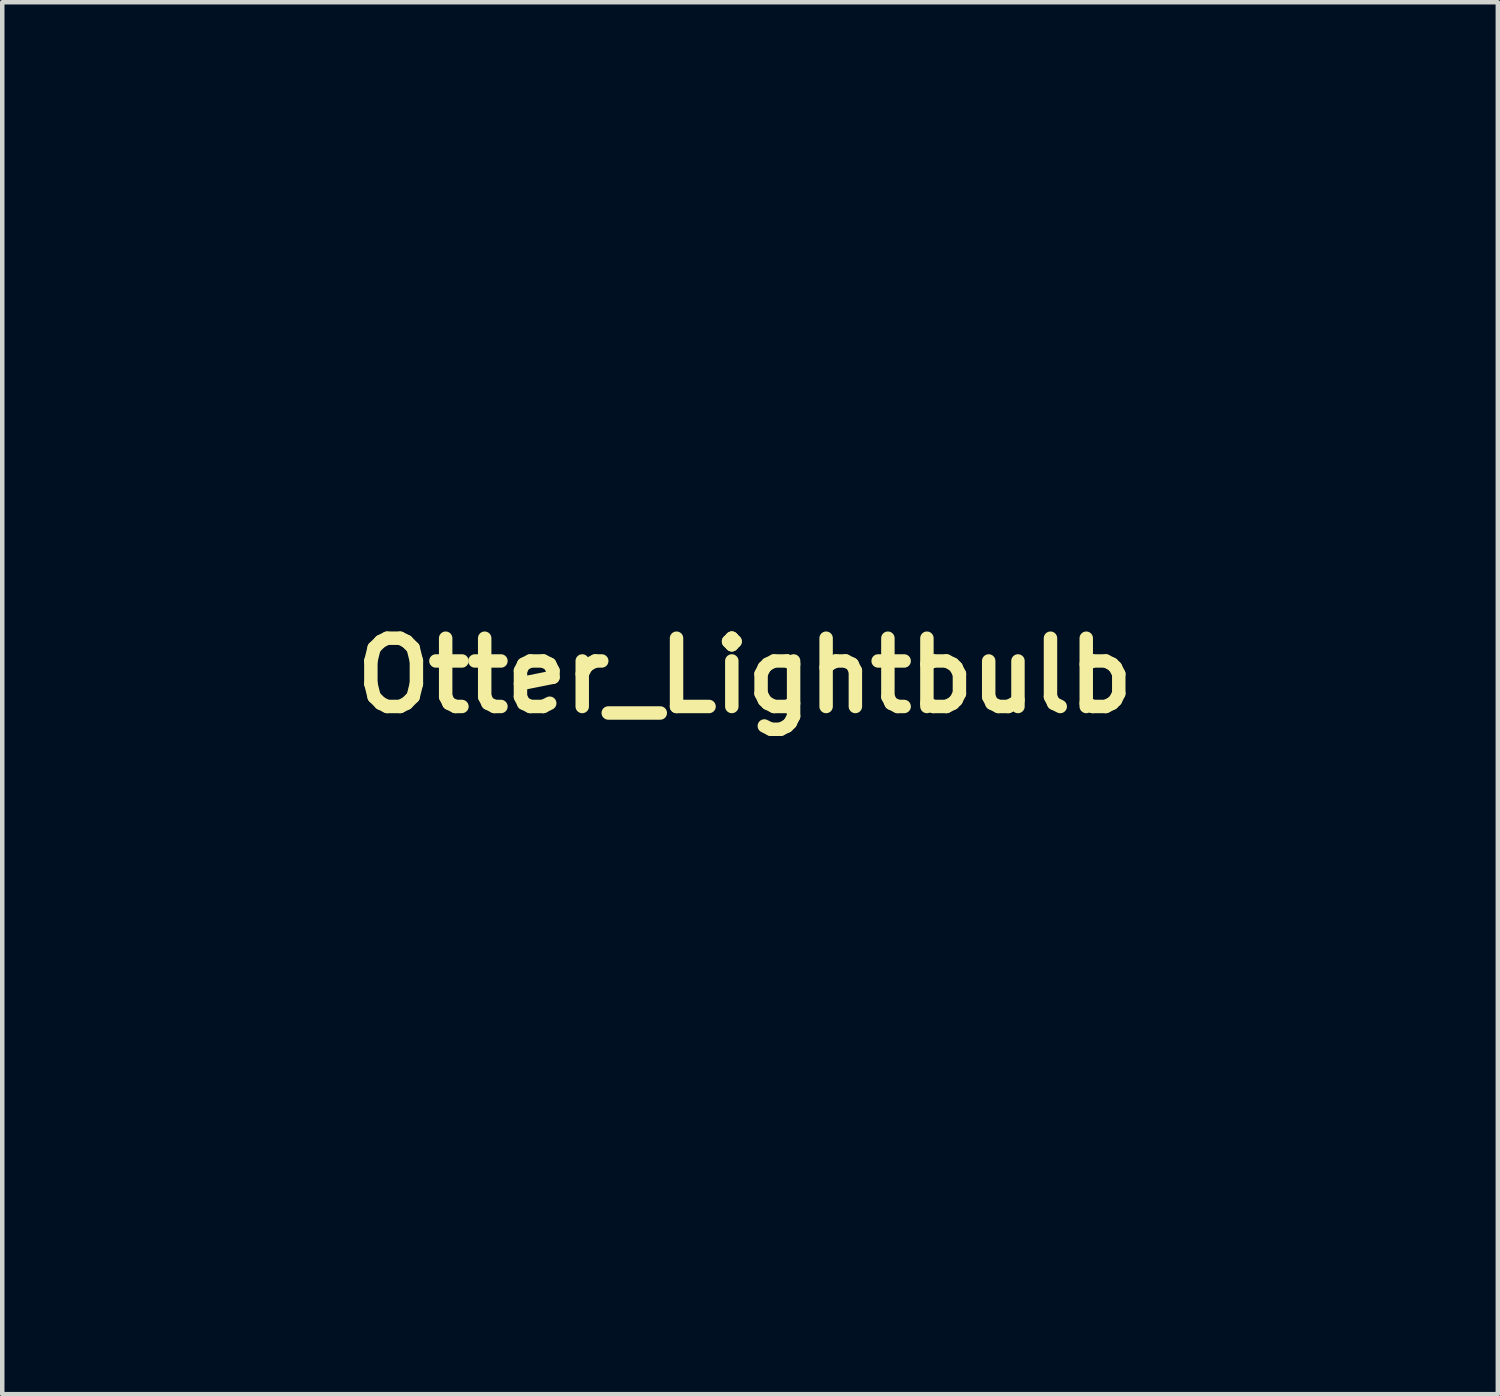
<source format=kicad_pcb>
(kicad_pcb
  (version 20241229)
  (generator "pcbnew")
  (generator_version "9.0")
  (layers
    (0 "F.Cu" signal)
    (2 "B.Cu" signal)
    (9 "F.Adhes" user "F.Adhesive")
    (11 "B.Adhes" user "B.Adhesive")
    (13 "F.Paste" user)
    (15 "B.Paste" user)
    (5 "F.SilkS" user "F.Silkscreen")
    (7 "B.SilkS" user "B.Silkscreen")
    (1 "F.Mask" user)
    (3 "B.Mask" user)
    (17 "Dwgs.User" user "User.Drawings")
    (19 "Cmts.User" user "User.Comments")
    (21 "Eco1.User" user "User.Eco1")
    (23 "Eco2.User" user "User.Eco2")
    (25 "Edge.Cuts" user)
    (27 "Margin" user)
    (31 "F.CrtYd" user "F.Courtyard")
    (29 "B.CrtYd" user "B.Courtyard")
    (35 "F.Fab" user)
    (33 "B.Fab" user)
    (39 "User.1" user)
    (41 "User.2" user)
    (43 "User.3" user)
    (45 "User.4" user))
  (footprint "Otter_Lightbulb"
    (layer "F.Cu")
    (at 13.573 12.028)
    (property "Reference" "Otter_Lightbulb" (at 0 0 0) (layer "F.SilkS") (effects (font (size 1.524 1.524) (thickness 0.3))))
    (attr through_hole)
    (fp_poly (pts (xy -7.03 5.08) (xy -7.027 5.147) (xy -7.05 5.272) (xy -7.11 5.356) (xy -7.167 5.376) (xy -7.186 5.341) (xy -7.177 5.26) (xy -7.134 5.15) (xy -7.088 5.082) (xy -7.046 5.049) (xy -7.03 5.08)) (stroke (width 0.01) (type solid)) (fill no) (layer "Eco2.User"))
    (fp_poly (pts (xy -6.71 4.914) (xy -6.708 5.058) (xy -6.76 5.195) (xy -6.853 5.289) (xy -6.855 5.29) (xy -6.912 5.314) (xy -6.928 5.288) (xy -6.915 5.197) (xy -6.873 5.058) (xy -6.813 4.934) (xy -6.737 4.809) (xy -6.71 4.914)) (stroke (width 0.01) (type solid)) (fill no) (layer "Eco2.User"))
    (fp_poly (pts (xy -7.784 6.897) (xy -7.77 6.937) (xy -7.769 7.045) (xy -7.815 7.159) (xy -7.889 7.248) (xy -7.967 7.281) (xy -7.975 7.246) (xy -7.956 7.161) (xy -7.95 7.144) (xy -7.901 7.024) (xy -7.85 6.928) (xy -7.808 6.875) (xy -7.784 6.897)) (stroke (width 0.01) (type solid)) (fill no) (layer "Eco2.User"))
    (fp_poly (pts (xy 0.118 8.276) (xy 0.192 8.334) (xy 0.203 8.367) (xy 0.198 8.433) (xy 0.142 8.453) (xy 0.1 8.452) (xy -0.022 8.421) (xy -0.103 8.375) (xy -0.16 8.321) (xy -0.152 8.291) (xy -0.12 8.276) (xy 0.005 8.254) (xy 0.118 8.276)) (stroke (width 0.01) (type solid)) (fill no) (layer "Eco2.User"))
    (fp_poly (pts (xy -7.282 6.695) (xy -7.281 6.806) (xy -7.312 6.929) (xy -7.371 7.034) (xy -7.385 7.05) (xy -7.483 7.132) (xy -7.546 7.15) (xy -7.565 7.105) (xy -7.555 7.059) (xy -7.508 6.926) (xy -7.449 6.796) (xy -7.389 6.692) (xy -7.339 6.632) (xy -7.32 6.628) (xy -7.282 6.695)) (stroke (width 0.01) (type solid)) (fill no) (layer "Eco2.User"))
    (fp_poly (pts (xy 0.024 7.814) (xy 0.138 7.876) (xy 0.224 7.955) (xy 0.254 8.025) (xy 0.247 8.067) (xy 0.213 8.078) (xy 0.13 8.06) (xy 0.07 8.042) (xy -0.045 7.991) (xy -0.146 7.92) (xy -0.205 7.849) (xy -0.212 7.825) (xy -0.175 7.8) (xy -0.09 7.789) (xy 0.024 7.814)) (stroke (width 0.01) (type solid)) (fill no) (layer "Eco2.User"))
    (fp_poly (pts (xy 0.03 8.617) (xy 0.076 8.644) (xy 0.113 8.71) (xy 0.127 8.786) (xy 0.113 8.838) (xy 0.095 8.843) (xy 0.031 8.83) (xy -0.021 8.817) (xy -0.117 8.776) (xy -0.196 8.713) (xy -0.233 8.652) (xy -0.229 8.63) (xy -0.169 8.6) (xy -0.069 8.596) (xy 0.03 8.617)) (stroke (width 0.01) (type solid)) (fill no) (layer "Eco2.User"))
    (fp_poly (pts (xy -6.816 6.375) (xy -6.79 6.448) (xy -6.788 6.56) (xy -6.81 6.689) (xy -6.851 6.815) (xy -6.908 6.918) (xy -6.953 6.962) (xy -7.061 7.022) (xy -7.121 7.014) (xy -7.134 6.936) (xy -7.128 6.89) (xy -7.093 6.762) (xy -7.037 6.619) (xy -6.972 6.488) (xy -6.91 6.393) (xy -6.87 6.359) (xy -6.816 6.375)) (stroke (width 0.01) (type solid)) (fill no) (layer "Eco2.User"))
    (fp_poly (pts (xy -7.412 1.557) (xy -7.386 1.768) (xy -7.324 2.01) (xy -7.235 2.251) (xy -7.13 2.457) (xy -7.067 2.55) (xy -6.987 2.656) (xy -6.965 2.7) (xy -7.002 2.684) (xy -7.097 2.607) (xy -7.161 2.551) (xy -7.337 2.347) (xy -7.46 2.114) (xy -7.524 1.869) (xy -7.524 1.632) (xy -7.473 1.46) (xy -7.415 1.333) (xy -7.412 1.557)) (stroke (width 0.01) (type solid)) (fill no) (layer "Eco2.User"))
    (fp_poly (pts (xy -3.802 1.696) (xy -3.76 1.711) (xy -3.61 1.794) (xy -3.528 1.897) (xy -3.499 2.039) (xy -3.499 2.041) (xy -3.499 2.125) (xy -3.524 2.166) (xy -3.597 2.18) (xy -3.691 2.182) (xy -3.832 2.176) (xy -3.949 2.159) (xy -3.979 2.151) (xy -4.052 2.09) (xy -4.123 1.98) (xy -4.176 1.853) (xy -4.191 1.763) (xy -4.154 1.709) (xy -4.06 1.678) (xy -3.934 1.673) (xy -3.802 1.696)) (stroke (width 0.01) (type solid)) (fill no) (layer "Eco2.User"))
    (fp_poly (pts (xy -6.602 6.193) (xy -6.47 6.234) (xy -6.318 6.291) (xy -6.165 6.358) (xy -6.115 6.383) (xy -5.9 6.528) (xy -5.75 6.716) (xy -5.695 6.827) (xy -5.657 6.935) (xy -5.665 6.977) (xy -5.724 6.955) (xy -5.821 6.884) (xy -5.939 6.804) (xy -6.087 6.72) (xy -6.144 6.692) (xy -6.26 6.624) (xy -6.393 6.529) (xy -6.525 6.42) (xy -6.637 6.315) (xy -6.711 6.228) (xy -6.731 6.184) (xy -6.696 6.174) (xy -6.602 6.193)) (stroke (width 0.01) (type solid)) (fill no) (layer "Eco2.User"))
    (fp_poly (pts (xy -9.012 -8.711) (xy -8.149 -8.7) (xy -8.135 -8.596) (xy -8.132 -8.527) (xy -8.153 -8.474) (xy -8.206 -8.436) (xy -8.303 -8.41) (xy -8.452 -8.394) (xy -8.663 -8.386) (xy -8.946 -8.383) (xy -9.057 -8.383) (xy -9.329 -8.386) (xy -9.564 -8.393) (xy -9.75 -8.403) (xy -9.873 -8.416) (xy -9.917 -8.428) (xy -9.98 -8.506) (xy -9.98 -8.605) (xy -9.932 -8.674) (xy -9.875 -8.692) (xy -9.749 -8.705) (xy -9.552 -8.712) (xy -9.278 -8.713) (xy -9.012 -8.711)) (stroke (width 0.01) (type solid)) (fill no) (layer "Eco2.User"))
    (fp_poly (pts (xy -4.234 -0.347) (xy -4.1 -0.26) (xy -4.002 -0.138) (xy -3.955 -0.000194) (xy -3.968 0.116) (xy -3.995 0.14) (xy -4.035 0.085) (xy -4.038 0.081) (xy -4.133 -0.046) (xy -4.258 -0.131) (xy -4.387 -0.158) (xy -4.42 -0.153) (xy -4.548 -0.078) (xy -4.642 0.074) (xy -4.694 0.259) (xy -4.729 0.445) (xy -4.777 0.325) (xy -4.824 0.124) (xy -4.804 -0.062) (xy -4.725 -0.218) (xy -4.596 -0.329) (xy -4.425 -0.379) (xy -4.386 -0.381) (xy -4.234 -0.347)) (stroke (width 0.01) (type solid)) (fill no) (layer "Eco2.User"))
    (fp_poly (pts (xy -4.188 6.697) (xy -3.86 6.745) (xy -3.543 6.835) (xy -3.255 6.964) (xy -3.069 7.086) (xy -3.024 7.125) (xy -3.022 7.143) (xy -3.073 7.138) (xy -3.185 7.108) (xy -3.368 7.053) (xy -3.408 7.041) (xy -3.668 6.978) (xy -3.968 6.933) (xy -4.284 6.908) (xy -4.596 6.902) (xy -4.879 6.918) (xy -5.113 6.956) (xy -5.186 6.977) (xy -5.44 7.062) (xy -5.292 6.938) (xy -5.08 6.81) (xy -4.815 6.728) (xy -4.512 6.691) (xy -4.188 6.697)) (stroke (width 0.01) (type solid)) (fill no) (layer "Eco2.User"))
    (fp_poly (pts (xy -6.551 0.416) (xy -6.574 0.507) (xy -6.607 0.601) (xy -6.7 0.876) (xy -6.777 1.179) (xy -6.832 1.477) (xy -6.857 1.738) (xy -6.858 1.784) (xy -6.836 2.045) (xy -6.776 2.322) (xy -6.687 2.579) (xy -6.605 2.741) (xy -6.55 2.84) (xy -6.541 2.874) (xy -6.576 2.846) (xy -6.649 2.758) (xy -6.694 2.699) (xy -6.89 2.376) (xy -7.022 2.033) (xy -7.089 1.684) (xy -7.089 1.343) (xy -7.018 1.025) (xy -6.984 0.941) (xy -6.921 0.822) (xy -6.834 0.688) (xy -6.738 0.558) (xy -6.648 0.452) (xy -6.579 0.39) (xy -6.557 0.381) (xy -6.551 0.416)) (stroke (width 0.01) (type solid)) (fill no) (layer "Eco2.User"))
    (fp_poly (pts (xy 0.146 -11.993) (xy 0.204 -11.924) (xy 0.212 -11.871) (xy 0.2 -11.826) (xy 0.161 -11.77) (xy 0.086 -11.695) (xy -0.033 -11.594) (xy -0.205 -11.46) (xy -0.436 -11.285) (xy -0.47 -11.26) (xy -0.683 -11.105) (xy -0.876 -10.969) (xy -1.039 -10.86) (xy -1.159 -10.785) (xy -1.226 -10.753) (xy -1.231 -10.753) (xy -1.311 -10.787) (xy -1.356 -10.84) (xy -1.38 -10.93) (xy -1.347 -10.996) (xy -1.297 -11.04) (xy -1.193 -11.124) (xy -1.048 -11.238) (xy -0.875 -11.37) (xy -0.688 -11.511) (xy -0.5 -11.651) (xy -0.327 -11.778) (xy -0.18 -11.884) (xy -0.076 -11.955) (xy 0.047 -12.006) (xy 0.146 -11.993)) (stroke (width 0.01) (type solid)) (fill no) (layer "Eco2.User"))
    (fp_poly (pts (xy -8.824 -11.999) (xy -8.721 -11.932) (xy -8.575 -11.833) (xy -8.399 -11.71) (xy -8.206 -11.571) (xy -8.007 -11.427) (xy -7.816 -11.286) (xy -7.646 -11.157) (xy -7.507 -11.049) (xy -7.414 -10.972) (xy -7.381 -10.94) (xy -7.35 -10.847) (xy -7.354 -10.793) (xy -7.385 -10.732) (xy -7.441 -10.709) (xy -7.53 -10.726) (xy -7.658 -10.788) (xy -7.832 -10.895) (xy -8.059 -11.053) (xy -8.234 -11.181) (xy -8.503 -11.38) (xy -8.71 -11.536) (xy -8.862 -11.655) (xy -8.966 -11.742) (xy -9.028 -11.803) (xy -9.056 -11.843) (xy -9.059 -11.858) (xy -9.027 -11.919) (xy -8.956 -11.985) (xy -8.883 -12.022) (xy -8.873 -12.023) (xy -8.824 -11.999)) (stroke (width 0.01) (type solid)) (fill no) (layer "Eco2.User"))
    (fp_poly (pts (xy -4.477 -10.736) (xy -4.387 -10.689) (xy -4.36 -10.609) (xy -4.376 -10.521) (xy -4.431 -10.463) (xy -4.542 -10.424) (xy -4.72 -10.398) (xy -5.06 -10.32) (xy -5.375 -10.17) (xy -5.654 -9.957) (xy -5.885 -9.694) (xy -6.059 -9.39) (xy -6.164 -9.056) (xy -6.181 -8.954) (xy -6.221 -8.738) (xy -6.278 -8.604) (xy -6.354 -8.551) (xy -6.448 -8.577) (xy -6.459 -8.584) (xy -6.51 -8.642) (xy -6.532 -8.736) (xy -6.528 -8.883) (xy -6.511 -9.017) (xy -6.412 -9.405) (xy -6.241 -9.76) (xy -6.006 -10.074) (xy -5.715 -10.339) (xy -5.378 -10.545) (xy -5.003 -10.683) (xy -4.864 -10.714) (xy -4.635 -10.744) (xy -4.477 -10.736)) (stroke (width 0.01) (type solid)) (fill no) (layer "Eco2.User"))
    (fp_poly (pts (xy 0.548 -8.72) (xy 0.761 -8.718) (xy 0.913 -8.713) (xy 1.016 -8.705) (xy 1.079 -8.691) (xy 1.116 -8.672) (xy 1.138 -8.645) (xy 1.142 -8.637) (xy 1.162 -8.56) (xy 1.119 -8.485) (xy 1.102 -8.468) (xy 1.066 -8.437) (xy 1.02 -8.415) (xy 0.952 -8.4) (xy 0.848 -8.39) (xy 0.695 -8.385) (xy 0.482 -8.383) (xy 0.243 -8.383) (xy -0.025 -8.386) (xy -0.258 -8.393) (xy -0.441 -8.403) (xy -0.562 -8.417) (xy -0.603 -8.428) (xy -0.668 -8.506) (xy -0.666 -8.607) (xy -0.627 -8.67) (xy -0.576 -8.689) (xy -0.463 -8.704) (xy -0.284 -8.714) (xy -0.031 -8.719) (xy 0.261 -8.721) (xy 0.548 -8.72)) (stroke (width 0.01) (type solid)) (fill no) (layer "Eco2.User"))
    (fp_poly (pts (xy -7.383 -6.456) (xy -7.305 -6.387) (xy -7.281 -6.308) (xy -7.314 -6.249) (xy -7.403 -6.157) (xy -7.533 -6.05) (xy -7.567 -6.024) (xy -7.899 -5.779) (xy -8.169 -5.579) (xy -8.384 -5.422) (xy -8.552 -5.301) (xy -8.678 -5.213) (xy -8.77 -5.154) (xy -8.835 -5.119) (xy -8.879 -5.105) (xy -8.91 -5.107) (xy -8.933 -5.12) (xy -8.957 -5.141) (xy -8.971 -5.153) (xy -9.039 -5.242) (xy -9.036 -5.302) (xy -8.995 -5.348) (xy -8.897 -5.433) (xy -8.755 -5.549) (xy -8.58 -5.686) (xy -8.385 -5.835) (xy -8.182 -5.987) (xy -7.984 -6.132) (xy -7.802 -6.263) (xy -7.65 -6.368) (xy -7.539 -6.439) (xy -7.484 -6.467) (xy -7.383 -6.456)) (stroke (width 0.01) (type solid)) (fill no) (layer "Eco2.User"))
    (fp_poly (pts (xy -1.249 -6.412) (xy -1.193 -6.387) (xy -1.112 -6.337) (xy -0.996 -6.257) (xy -0.836 -6.142) (xy -0.625 -5.986) (xy -0.413 -5.829) (xy -0.181 -5.654) (xy -0.011 -5.521) (xy 0.105 -5.421) (xy 0.175 -5.347) (xy 0.207 -5.292) (xy 0.212 -5.266) (xy 0.18 -5.171) (xy 0.131 -5.125) (xy 0.082 -5.113) (xy 0.015 -5.131) (xy -0.083 -5.185) (xy -0.228 -5.282) (xy -0.303 -5.335) (xy -0.635 -5.575) (xy -0.903 -5.772) (xy -1.111 -5.932) (xy -1.263 -6.059) (xy -1.365 -6.159) (xy -1.422 -6.236) (xy -1.439 -6.296) (xy -1.421 -6.343) (xy -1.372 -6.382) (xy -1.354 -6.392) (xy -1.321 -6.41) (xy -1.289 -6.418) (xy -1.249 -6.412)) (stroke (width 0.01) (type solid)) (fill no) (layer "Eco2.User"))
    (fp_poly (pts (xy -8.859 6.116) (xy -8.639 6.191) (xy -8.46 6.321) (xy -8.332 6.505) (xy -8.269 6.715) (xy -8.244 6.879) (xy -8.371 6.708) (xy -8.536 6.547) (xy -8.734 6.462) (xy -8.961 6.454) (xy -9.212 6.521) (xy -9.412 6.623) (xy -9.559 6.706) (xy -9.697 6.775) (xy -9.775 6.808) (xy -9.995 6.858) (xy -10.249 6.878) (xy -10.494 6.864) (xy -10.604 6.843) (xy -10.866 6.756) (xy -11.071 6.639) (xy -11.191 6.535) (xy -11.298 6.417) (xy -11.357 6.328) (xy -11.366 6.278) (xy -11.325 6.276) (xy -11.231 6.329) (xy -11.229 6.331) (xy -11.081 6.406) (xy -10.885 6.469) (xy -10.677 6.509) (xy -10.541 6.518) (xy -10.224 6.48) (xy -9.879 6.367) (xy -9.658 6.262) (xy -9.379 6.149) (xy -9.109 6.101) (xy -8.859 6.116)) (stroke (width 0.01) (type solid)) (fill no) (layer "Eco2.User"))
    (fp_poly (pts (xy 13.774 3.644) (xy 13.703 3.753) (xy 13.602 3.89) (xy 13.482 4.038) (xy 13.359 4.178) (xy 13.246 4.295) (xy 13.228 4.312) (xy 12.936 4.562) (xy 12.672 4.747) (xy 12.421 4.875) (xy 12.165 4.952) (xy 11.888 4.987) (xy 11.726 4.991) (xy 11.512 4.983) (xy 11.293 4.966) (xy 11.109 4.941) (xy 11.064 4.932) (xy 10.887 4.885) (xy 10.711 4.825) (xy 10.62 4.787) (xy 10.531 4.742) (xy 10.501 4.72) (xy 10.52 4.723) (xy 10.598 4.739) (xy 10.737 4.761) (xy 10.911 4.784) (xy 10.993 4.795) (xy 11.212 4.816) (xy 11.389 4.818) (xy 11.564 4.801) (xy 11.738 4.77) (xy 12.258 4.629) (xy 12.735 4.416) (xy 13.177 4.128) (xy 13.519 3.83) (xy 13.64 3.714) (xy 13.736 3.627) (xy 13.792 3.582) (xy 13.801 3.579) (xy 13.774 3.644)) (stroke (width 0.01) (type solid)) (fill no) (layer "Eco2.User"))
    (fp_poly (pts (xy -0.81 8.616) (xy -0.652 8.652) (xy -0.607 8.673) (xy -0.578 8.698) (xy -0.61 8.713) (xy -0.713 8.719) (xy -0.767 8.719) (xy -0.997 8.738) (xy -1.215 8.796) (xy -1.431 8.9) (xy -1.656 9.054) (xy -1.899 9.267) (xy -2.17 9.544) (xy -2.319 9.707) (xy -2.726 10.136) (xy -3.116 10.49) (xy -3.488 10.768) (xy -3.84 10.967) (xy -4.033 11.046) (xy -4.193 11.092) (xy -4.368 11.129) (xy -4.537 11.155) (xy -4.683 11.167) (xy -4.786 11.162) (xy -4.826 11.14) (xy -4.826 11.139) (xy -4.791 11.1) (xy -4.742 11.091) (xy -4.604 11.066) (xy -4.417 10.997) (xy -4.201 10.89) (xy -3.973 10.756) (xy -3.929 10.727) (xy -3.782 10.617) (xy -3.589 10.452) (xy -3.358 10.242) (xy -3.1 9.994) (xy -2.9 9.796) (xy -2.589 9.489) (xy -2.324 9.24) (xy -2.095 9.043) (xy -1.893 8.892) (xy -1.71 8.779) (xy -1.538 8.697) (xy -1.402 8.651) (xy -1.214 8.614) (xy -1.007 8.603) (xy -0.81 8.616)) (stroke (width 0.01) (type solid)) (fill no) (layer "Eco2.User"))
    (fp_poly (pts (xy -5.843 3.411) (xy -5.74 3.508) (xy -5.708 3.543) (xy -5.519 3.742) (xy -5.336 3.916) (xy -5.171 4.055) (xy -5.036 4.15) (xy -4.941 4.19) (xy -4.931 4.191) (xy -4.899 4.16) (xy -4.895 4.06) (xy -4.9 4.001) (xy -4.909 3.881) (xy -4.892 3.817) (xy -4.841 3.781) (xy -4.821 3.773) (xy -4.727 3.748) (xy -4.704 3.771) (xy -4.745 3.835) (xy -4.776 3.892) (xy -4.749 3.944) (xy -4.704 3.984) (xy -4.609 4.042) (xy -4.534 4.064) (xy -4.45 4.087) (xy -4.359 4.138) (xy -4.257 4.202) (xy -4.121 4.277) (xy -4.064 4.306) (xy -3.873 4.4) (xy -4.064 4.402) (xy -4.194 4.405) (xy -4.376 4.412) (xy -4.579 4.421) (xy -4.657 4.425) (xy -4.851 4.434) (xy -4.985 4.432) (xy -5.084 4.416) (xy -5.173 4.383) (xy -5.249 4.344) (xy -5.399 4.253) (xy -5.52 4.149) (xy -5.627 4.014) (xy -5.737 3.828) (xy -5.799 3.71) (xy -5.881 3.536) (xy -5.914 3.427) (xy -5.902 3.385) (xy -5.843 3.411)) (stroke (width 0.01) (type solid)) (fill no) (layer "Eco2.User"))
    (fp_poly (pts (xy -0.945 7.356) (xy -0.789 7.382) (xy -0.635 7.437) (xy -0.576 7.463) (xy -0.438 7.534) (xy -0.367 7.585) (xy -0.363 7.611) (xy -0.429 7.606) (xy -0.532 7.577) (xy -0.671 7.55) (xy -0.865 7.54) (xy -1.032 7.543) (xy -1.135 7.548) (xy -1.218 7.554) (xy -1.293 7.565) (xy -1.37 7.586) (xy -1.461 7.621) (xy -1.577 7.675) (xy -1.728 7.753) (xy -1.927 7.859) (xy -2.183 7.998) (xy -2.348 8.087) (xy -2.654 8.241) (xy -2.918 8.343) (xy -3.161 8.401) (xy -3.403 8.421) (xy -3.446 8.421) (xy -3.622 8.412) (xy -3.787 8.39) (xy -3.895 8.364) (xy -3.964 8.337) (xy -3.986 8.32) (xy -3.951 8.308) (xy -3.849 8.298) (xy -3.704 8.288) (xy -3.505 8.268) (xy -3.319 8.231) (xy -3.13 8.17) (xy -2.918 8.079) (xy -2.669 7.952) (xy -2.413 7.811) (xy -2.123 7.65) (xy -1.889 7.531) (xy -1.694 7.447) (xy -1.523 7.393) (xy -1.361 7.363) (xy -1.192 7.351) (xy -1.143 7.35) (xy -0.945 7.356)) (stroke (width 0.01) (type solid)) (fill no) (layer "Eco2.User"))
    (fp_poly (pts (xy -3.228 -3.192) (xy -3.181 -3.12) (xy -3.149 -2.992) (xy -3.135 -2.833) (xy -3.139 -2.672) (xy -3.161 -2.535) (xy -3.201 -2.45) (xy -3.267 -2.39) (xy -3.305 -2.371) (xy -3.353 -2.353) (xy -3.462 -2.305) (xy -3.615 -2.234) (xy -3.798 -2.147) (xy -3.817 -2.138) (xy -4.007 -2.049) (xy -4.176 -1.976) (xy -4.306 -1.927) (xy -4.379 -1.908) (xy -4.381 -1.908) (xy -4.45 -1.926) (xy -4.579 -1.974) (xy -4.748 -2.044) (xy -4.943 -2.13) (xy -4.973 -2.143) (xy -5.167 -2.234) (xy -5.336 -2.315) (xy -5.462 -2.38) (xy -5.531 -2.419) (xy -5.536 -2.422) (xy -5.565 -2.479) (xy -5.579 -2.594) (xy -5.58 -2.78) (xy -5.579 -2.832) (xy -5.567 -3.196) (xy -5.44 -3.196) (xy -5.371 -3.193) (xy -5.332 -3.169) (xy -5.312 -3.107) (xy -5.303 -2.986) (xy -5.3 -2.929) (xy -5.287 -2.661) (xy -4.836 -2.45) (xy -4.385 -2.239) (xy -3.939 -2.449) (xy -3.493 -2.658) (xy -3.471 -2.901) (xy -3.439 -3.085) (xy -3.38 -3.191) (xy -3.298 -3.219) (xy -3.228 -3.192)) (stroke (width 0.01) (type solid)) (fill no) (layer "Eco2.User"))
    (fp_poly (pts (xy -2.798 -4.534) (xy -2.725 -4.456) (xy -2.685 -4.38) (xy -2.669 -4.275) (xy -2.667 -4.15) (xy -2.668 -4.015) (xy -2.676 -3.904) (xy -2.7 -3.814) (xy -2.745 -3.744) (xy -2.821 -3.691) (xy -2.934 -3.653) (xy -3.092 -3.627) (xy -3.303 -3.612) (xy -3.574 -3.604) (xy -3.913 -3.601) (xy -4.327 -3.601) (xy -4.432 -3.601) (xy -4.776 -3.603) (xy -5.096 -3.606) (xy -5.381 -3.612) (xy -5.62 -3.619) (xy -5.804 -3.627) (xy -5.921 -3.635) (xy -5.958 -3.642) (xy -6.088 -3.738) (xy -6.176 -3.894) (xy -6.206 -4.06) (xy -5.844 -4.06) (xy -5.831 -4.02) (xy -5.795 -3.989) (xy -5.728 -3.967) (xy -5.622 -3.953) (xy -5.469 -3.945) (xy -5.261 -3.942) (xy -4.988 -3.943) (xy -4.644 -3.945) (xy -4.414 -3.947) (xy -3.027 -3.958) (xy -3.027 -4.297) (xy -5.821 -4.297) (xy -5.835 -4.177) (xy -5.842 -4.112) (xy -5.844 -4.06) (xy -6.206 -4.06) (xy -6.212 -4.093) (xy -6.211 -4.188) (xy -6.191 -4.336) (xy -6.151 -4.437) (xy -6.073 -4.524) (xy -6.06 -4.537) (xy -5.925 -4.657) (xy -2.93 -4.657) (xy -2.798 -4.534)) (stroke (width 0.01) (type solid)) (fill no) (layer "Eco2.User"))
    (fp_poly (pts (xy -5.496 7.337) (xy -5.051 7.444) (xy -4.721 7.567) (xy -4.565 7.641) (xy -4.406 7.723) (xy -4.262 7.805) (xy -4.149 7.875) (xy -4.084 7.925) (xy -4.076 7.942) (xy -4.121 7.937) (xy -4.225 7.91) (xy -4.368 7.865) (xy -4.405 7.852) (xy -4.95 7.704) (xy -5.489 7.631) (xy -6.015 7.633) (xy -6.519 7.708) (xy -6.994 7.857) (xy -7.382 8.049) (xy -7.593 8.191) (xy -7.809 8.367) (xy -8.014 8.56) (xy -8.187 8.751) (xy -8.311 8.922) (xy -8.334 8.963) (xy -8.431 9.2) (xy -8.506 9.467) (xy -8.547 9.725) (xy -8.551 9.826) (xy -8.527 10.052) (xy -8.46 10.311) (xy -8.362 10.566) (xy -8.257 10.763) (xy -8.191 10.872) (xy -8.15 10.945) (xy -8.144 10.964) (xy -8.178 10.936) (xy -8.253 10.861) (xy -8.354 10.756) (xy -8.358 10.752) (xy -8.592 10.445) (xy -8.748 10.116) (xy -8.828 9.771) (xy -8.831 9.418) (xy -8.761 9.062) (xy -8.616 8.713) (xy -8.4 8.375) (xy -8.113 8.057) (xy -7.869 7.849) (xy -7.593 7.662) (xy -7.298 7.516) (xy -6.957 7.399) (xy -6.811 7.36) (xy -6.4 7.293) (xy -5.954 7.286) (xy -5.496 7.337)) (stroke (width 0.01) (type solid)) (fill no) (layer "Eco2.User"))
    (fp_poly (pts (xy -3.349 0.077) (xy -3.167 0.163) (xy -2.996 0.29) (xy -2.925 0.362) (xy -2.832 0.48) (xy -2.75 0.614) (xy -2.674 0.777) (xy -2.598 0.982) (xy -2.519 1.24) (xy -2.432 1.565) (xy -2.398 1.696) (xy -2.288 2.106) (xy -2.182 2.444) (xy -2.075 2.726) (xy -1.962 2.963) (xy -1.837 3.169) (xy -1.799 3.224) (xy -1.649 3.432) (xy -1.711 3.667) (xy -1.811 3.945) (xy -1.952 4.153) (xy -2.141 4.303) (xy -2.215 4.341) (xy -2.419 4.407) (xy -2.67 4.452) (xy -2.935 4.47) (xy -3.178 4.458) (xy -3.239 4.449) (xy -3.329 4.427) (xy -3.353 4.406) (xy -3.306 4.382) (xy -3.184 4.353) (xy -2.988 4.318) (xy -2.795 4.283) (xy -2.663 4.244) (xy -2.568 4.187) (xy -2.485 4.1) (xy -2.413 4.001) (xy -2.333 3.867) (xy -2.305 3.766) (xy -2.312 3.701) (xy -2.326 3.624) (xy -2.3 3.613) (xy -2.249 3.638) (xy -2.18 3.69) (xy -2.159 3.727) (xy -2.143 3.771) (xy -2.107 3.754) (xy -2.072 3.692) (xy -2.063 3.657) (xy -2.076 3.533) (xy -2.129 3.459) (xy -2.304 3.236) (xy -2.461 2.936) (xy -2.599 2.567) (xy -2.715 2.133) (xy -2.793 1.73) (xy -2.862 1.328) (xy -2.929 1.002) (xy -2.997 0.742) (xy -3.07 0.539) (xy -3.152 0.383) (xy -3.246 0.267) (xy -3.356 0.18) (xy -3.436 0.136) (xy -3.538 0.083) (xy -3.569 0.056) (xy -3.536 0.046) (xy -3.514 0.045) (xy -3.349 0.077)) (stroke (width 0.01) (type solid)) (fill no) (layer "Eco2.User"))
    (fp_poly (pts (xy 7.405 2.571) (xy 7.626 2.585) (xy 7.831 2.612) (xy 8.034 2.656) (xy 8.246 2.721) (xy 8.481 2.811) (xy 8.751 2.931) (xy 9.071 3.084) (xy 9.44 3.268) (xy 9.91 3.499) (xy 10.318 3.686) (xy 10.672 3.832) (xy 10.983 3.938) (xy 11.259 4.009) (xy 11.509 4.045) (xy 11.741 4.05) (xy 11.965 4.026) (xy 12.065 4.006) (xy 12.235 3.972) (xy 12.328 3.96) (xy 12.343 3.969) (xy 12.279 3.998) (xy 12.133 4.045) (xy 12.122 4.048) (xy 11.885 4.097) (xy 11.59 4.121) (xy 11.472 4.123) (xy 11.244 4.116) (xy 11.021 4.091) (xy 10.787 4.045) (xy 10.528 3.973) (xy 10.229 3.871) (xy 9.874 3.736) (xy 9.746 3.685) (xy 9.307 3.52) (xy 8.849 3.366) (xy 8.396 3.232) (xy 7.974 3.124) (xy 7.684 3.063) (xy 7.166 3.006) (xy 6.638 3.016) (xy 6.122 3.092) (xy 5.64 3.232) (xy 5.588 3.251) (xy 5.284 3.391) (xy 4.939 3.582) (xy 4.568 3.816) (xy 4.187 4.082) (xy 3.81 4.368) (xy 3.454 4.666) (xy 3.325 4.782) (xy 3.115 4.974) (xy 3.26 4.788) (xy 3.388 4.636) (xy 3.564 4.445) (xy 3.771 4.232) (xy 3.994 4.013) (xy 4.216 3.803) (xy 4.419 3.618) (xy 4.589 3.476) (xy 4.636 3.44) (xy 4.932 3.239) (xy 5.265 3.048) (xy 5.609 2.878) (xy 5.939 2.743) (xy 6.206 2.66) (xy 6.405 2.616) (xy 6.598 2.588) (xy 6.814 2.572) (xy 7.08 2.567) (xy 7.154 2.567) (xy 7.405 2.571)) (stroke (width 0.01) (type solid)) (fill no) (layer "Eco2.User"))
    (fp_poly (pts (xy -7.092 -1.714) (xy -6.52 -1.591) (xy -5.97 -1.389) (xy -5.94 -1.376) (xy -5.772 -1.293) (xy -5.606 -1.201) (xy -5.457 -1.111) (xy -5.341 -1.031) (xy -5.273 -0.972) (xy -5.264 -0.945) (xy -5.31 -0.948) (xy -5.418 -0.973) (xy -5.566 -1.015) (xy -5.637 -1.037) (xy -5.922 -1.122) (xy -6.173 -1.182) (xy -6.418 -1.223) (xy -6.685 -1.248) (xy -7 -1.261) (xy -7.112 -1.264) (xy -7.682 -1.25) (xy -8.19 -1.186) (xy -8.642 -1.07) (xy -8.874 -0.983) (xy -9.448 -0.71) (xy -9.957 -0.41) (xy -10.42 -0.068) (xy -10.854 0.327) (xy -11.065 0.548) (xy -11.225 0.73) (xy -11.398 0.938) (xy -11.569 1.154) (xy -11.722 1.358) (xy -11.843 1.529) (xy -11.894 1.61) (xy -12.089 1.976) (xy -12.286 2.405) (xy -12.474 2.873) (xy -12.647 3.357) (xy -12.795 3.836) (xy -12.911 4.286) (xy -12.959 4.519) (xy -12.99 4.667) (xy -13.021 4.776) (xy -13.045 4.825) (xy -13.048 4.826) (xy -13.062 4.787) (xy -13.073 4.681) (xy -13.079 4.527) (xy -13.08 4.413) (xy -13.072 4.112) (xy -13.052 3.778) (xy -13.021 3.434) (xy -12.981 3.1) (xy -12.937 2.8) (xy -12.889 2.554) (xy -12.872 2.486) (xy -12.698 1.947) (xy -12.473 1.413) (xy -12.21 0.914) (xy -12.014 0.605) (xy -11.848 0.384) (xy -11.64 0.139) (xy -11.407 -0.115) (xy -11.165 -0.362) (xy -10.929 -0.583) (xy -10.716 -0.764) (xy -10.593 -0.854) (xy -10.038 -1.184) (xy -9.461 -1.44) (xy -8.871 -1.622) (xy -8.275 -1.729) (xy -7.68 -1.76) (xy -7.092 -1.714)) (stroke (width 0.01) (type solid)) (fill no) (layer "Eco2.User"))
    (fp_poly (pts (xy 7.5 2.154) (xy 8.109 2.305) (xy 8.711 2.54) (xy 8.931 2.648) (xy 9.132 2.754) (xy 9.276 2.835) (xy 9.359 2.888) (xy 9.379 2.91) (xy 9.332 2.899) (xy 9.214 2.852) (xy 9.137 2.818) (xy 8.498 2.571) (xy 7.868 2.406) (xy 7.249 2.323) (xy 6.644 2.323) (xy 6.053 2.405) (xy 5.478 2.569) (xy 5.137 2.71) (xy 4.929 2.813) (xy 4.704 2.936) (xy 4.507 3.054) (xy 4.49 3.065) (xy 4.351 3.153) (xy 4.242 3.221) (xy 4.18 3.257) (xy 4.173 3.26) (xy 4.134 3.282) (xy 4.041 3.344) (xy 3.907 3.435) (xy 3.761 3.536) (xy 3.642 3.619) (xy 3.525 3.703) (xy 3.4 3.795) (xy 3.26 3.899) (xy 3.097 4.023) (xy 2.901 4.174) (xy 2.665 4.357) (xy 2.38 4.579) (xy 2.037 4.846) (xy 2.007 4.87) (xy 1.56 5.214) (xy 1.158 5.51) (xy 0.786 5.767) (xy 0.428 5.997) (xy 0.07 6.209) (xy -0.305 6.413) (xy -0.509 6.518) (xy -0.956 6.735) (xy -1.406 6.935) (xy -1.848 7.113) (xy -2.268 7.265) (xy -2.653 7.386) (xy -2.99 7.471) (xy -3.239 7.513) (xy -3.34 7.524) (xy -3.376 7.524) (xy -3.342 7.509) (xy -3.233 7.478) (xy -3.154 7.456) (xy -2.816 7.35) (xy -2.455 7.211) (xy -2.062 7.035) (xy -1.63 6.818) (xy -1.149 6.556) (xy -0.612 6.244) (xy -0.57 6.219) (xy -0.286 6.046) (xy -0.02 5.875) (xy 0.241 5.698) (xy 0.508 5.506) (xy 0.791 5.291) (xy 1.103 5.044) (xy 1.455 4.757) (xy 1.858 4.422) (xy 1.858 4.421) (xy 2.26 4.087) (xy 2.609 3.802) (xy 2.913 3.561) (xy 3.182 3.357) (xy 3.426 3.184) (xy 3.652 3.036) (xy 3.871 2.905) (xy 4.092 2.785) (xy 4.324 2.67) (xy 4.339 2.662) (xy 4.988 2.392) (xy 5.629 2.207) (xy 6.26 2.105) (xy 6.884 2.087) (xy 7.5 2.154)) (stroke (width 0.01) (type solid)) (fill no) (layer "Eco2.User"))
    (fp_poly (pts (xy 7.653 3.881) (xy 8.127 3.955) (xy 8.395 4.025) (xy 8.534 4.07) (xy 8.631 4.107) (xy 8.668 4.13) (xy 8.667 4.132) (xy 8.619 4.134) (xy 8.509 4.122) (xy 8.355 4.1) (xy 8.276 4.086) (xy 7.803 4.031) (xy 7.368 4.041) (xy 6.95 4.118) (xy 6.53 4.265) (xy 6.383 4.331) (xy 6.155 4.446) (xy 5.947 4.566) (xy 5.749 4.701) (xy 5.55 4.858) (xy 5.34 5.047) (xy 5.11 5.277) (xy 4.848 5.555) (xy 4.545 5.891) (xy 4.531 5.907) (xy 4.461 5.994) (xy 4.355 6.138) (xy 4.223 6.324) (xy 4.075 6.538) (xy 3.921 6.766) (xy 3.917 6.772) (xy 3.742 7.031) (xy 3.552 7.307) (xy 3.364 7.576) (xy 3.193 7.814) (xy 3.087 7.959) (xy 2.944 8.153) (xy 2.806 8.341) (xy 2.689 8.503) (xy 2.606 8.621) (xy 2.594 8.638) (xy 2.398 8.903) (xy 2.149 9.207) (xy 1.859 9.537) (xy 1.541 9.877) (xy 1.209 10.216) (xy 0.875 10.539) (xy 0.554 10.833) (xy 0.258 11.084) (xy 0.081 11.221) (xy -0.367 11.544) (xy -0.77 11.815) (xy -1.145 12.043) (xy -1.505 12.236) (xy -1.867 12.402) (xy -2.246 12.55) (xy -2.603 12.671) (xy -3.266 12.853) (xy -3.912 12.97) (xy -4.569 13.026) (xy -5.015 13.032) (xy -5.205 13.028) (xy -5.344 13.023) (xy -5.424 13.017) (xy -5.432 13.011) (xy -5.419 13.009) (xy -5.217 12.982) (xy -4.962 12.941) (xy -4.677 12.89) (xy -4.386 12.834) (xy -4.112 12.777) (xy -3.878 12.724) (xy -3.724 12.684) (xy -3.255 12.526) (xy -2.753 12.317) (xy -2.24 12.071) (xy -1.739 11.797) (xy -1.274 11.509) (xy -0.958 11.286) (xy -0.526 10.942) (xy -0.081 10.554) (xy 0.359 10.137) (xy 0.778 9.709) (xy 1.16 9.285) (xy 1.489 8.882) (xy 1.557 8.791) (xy 1.831 8.425) (xy 2.127 8.038) (xy 2.437 7.642) (xy 2.749 7.249) (xy 3.054 6.873) (xy 3.342 6.525) (xy 3.602 6.217) (xy 3.826 5.962) (xy 3.878 5.905) (xy 4.385 5.383) (xy 4.874 4.941) (xy 5.349 4.577) (xy 5.815 4.29) (xy 6.274 4.079) (xy 6.731 3.941) (xy 7.189 3.876) (xy 7.653 3.881)) (stroke (width 0.01) (type solid)) (fill no) (layer "Eco2.User"))
    (fp_poly (pts (xy -13.345 3.461) (xy -13.344 3.554) (xy -13.35 3.697) (xy -13.356 3.768) (xy -13.364 3.996) (xy -13.359 4.281) (xy -13.344 4.598) (xy -13.319 4.92) (xy -13.287 5.223) (xy -13.249 5.48) (xy -13.227 5.588) (xy -13.051 6.235) (xy -12.819 6.889) (xy -12.539 7.53) (xy -12.223 8.132) (xy -11.891 8.657) (xy -11.7 8.913) (xy -11.469 9.192) (xy -11.212 9.479) (xy -10.943 9.76) (xy -10.676 10.022) (xy -10.423 10.251) (xy -10.199 10.432) (xy -10.097 10.504) (xy -9.383 10.936) (xy -8.683 11.288) (xy -7.988 11.565) (xy -7.286 11.768) (xy -6.57 11.901) (xy -5.831 11.966) (xy -5.101 11.967) (xy -4.41 11.914) (xy -3.689 11.808) (xy -2.967 11.655) (xy -2.275 11.46) (xy -1.944 11.347) (xy -1.785 11.289) (xy -1.658 11.245) (xy -1.583 11.221) (xy -1.571 11.218) (xy -1.588 11.24) (xy -1.655 11.296) (xy -1.694 11.324) (xy -1.839 11.417) (xy -2.045 11.528) (xy -2.293 11.65) (xy -2.563 11.773) (xy -2.838 11.888) (xy -3.098 11.986) (xy -3.133 11.999) (xy -3.32 12.065) (xy -3.481 12.124) (xy -3.599 12.17) (xy -3.647 12.191) (xy -3.747 12.229) (xy -3.911 12.27) (xy -4.126 12.313) (xy -4.38 12.356) (xy -4.658 12.398) (xy -4.948 12.437) (xy -5.237 12.471) (xy -5.513 12.499) (xy -5.761 12.52) (xy -5.969 12.531) (xy -6.125 12.531) (xy -6.215 12.519) (xy -6.228 12.511) (xy -6.279 12.498) (xy -6.381 12.488) (xy -6.415 12.486) (xy -7.113 12.433) (xy -7.764 12.325) (xy -8.39 12.156) (xy -9.012 11.921) (xy -9.348 11.768) (xy -9.523 11.684) (xy -9.667 11.617) (xy -9.765 11.572) (xy -9.802 11.557) (xy -9.85 11.534) (xy -9.949 11.474) (xy -10.081 11.388) (xy -10.228 11.288) (xy -10.372 11.188) (xy -10.495 11.098) (xy -10.58 11.031) (xy -10.58 11.03) (xy -10.713 10.922) (xy -10.864 10.81) (xy -10.914 10.776) (xy -11.037 10.679) (xy -11.198 10.531) (xy -11.381 10.349) (xy -11.572 10.147) (xy -11.755 9.943) (xy -11.916 9.75) (xy -11.952 9.704) (xy -12.42 9.031) (xy -12.81 8.335) (xy -13.121 7.619) (xy -13.352 6.886) (xy -13.501 6.14) (xy -13.568 5.385) (xy -13.552 4.623) (xy -13.461 3.901) (xy -13.426 3.717) (xy -13.393 3.566) (xy -13.367 3.465) (xy -13.354 3.435) (xy -13.345 3.461)) (stroke (width 0.01) (type solid)) (fill no) (layer "Eco2.User"))
    (fp_poly (pts (xy -7.944 1.608) (xy -8.026 1.665) (xy -8.107 1.714) (xy -8.455 1.968) (xy -8.733 2.267) (xy -8.945 2.617) (xy -9.082 2.981) (xy -9.14 3.312) (xy -9.117 3.618) (xy -9.014 3.9) (xy -8.964 3.984) (xy -8.866 4.122) (xy -8.761 4.251) (xy -8.661 4.358) (xy -8.577 4.432) (xy -8.523 4.46) (xy -8.509 4.443) (xy -8.485 4.347) (xy -8.425 4.205) (xy -8.338 4.039) (xy -8.238 3.874) (xy -8.154 3.755) (xy -8.01 3.526) (xy -7.91 3.283) (xy -7.867 3.055) (xy -7.866 3.019) (xy -7.855 2.924) (xy -7.827 2.908) (xy -7.786 2.97) (xy -7.744 3.078) (xy -7.693 3.233) (xy -7.614 3.136) (xy -7.548 2.992) (xy -7.545 2.818) (xy -7.6 2.65) (xy -7.645 2.549) (xy -7.646 2.512) (xy -7.61 2.536) (xy -7.544 2.618) (xy -7.495 2.692) (xy -7.418 2.838) (xy -7.373 2.974) (xy -7.366 3.028) (xy -7.396 3.25) (xy -7.477 3.488) (xy -7.596 3.706) (xy -7.616 3.733) (xy -7.69 3.839) (xy -7.737 3.916) (xy -7.747 3.94) (xy -7.711 3.969) (xy -7.617 4.022) (xy -7.483 4.087) (xy -7.461 4.097) (xy -7.287 4.182) (xy -7.117 4.278) (xy -6.997 4.355) (xy -6.881 4.452) (xy -6.787 4.549) (xy -6.723 4.635) (xy -6.694 4.699) (xy -6.706 4.73) (xy -6.765 4.716) (xy -6.829 4.679) (xy -6.923 4.629) (xy -7.066 4.566) (xy -7.218 4.507) (xy -7.4 4.429) (xy -7.585 4.332) (xy -7.704 4.255) (xy -7.908 4.105) (xy -8.02 4.238) (xy -8.159 4.427) (xy -8.225 4.578) (xy -8.218 4.689) (xy -8.216 4.693) (xy -8.167 4.747) (xy -8.064 4.838) (xy -7.921 4.953) (xy -7.753 5.082) (xy -7.73 5.099) (xy -7.502 5.278) (xy -7.303 5.453) (xy -7.145 5.613) (xy -7.037 5.749) (xy -6.987 5.852) (xy -6.985 5.87) (xy -6.987 5.908) (xy -7.001 5.915) (xy -7.041 5.882) (xy -7.123 5.802) (xy -7.163 5.76) (xy -7.26 5.678) (xy -7.412 5.569) (xy -7.598 5.447) (xy -7.798 5.325) (xy -7.819 5.313) (xy -8.218 5.076) (xy -8.545 4.865) (xy -8.809 4.674) (xy -9.019 4.494) (xy -9.18 4.321) (xy -9.302 4.147) (xy -9.391 3.966) (xy -9.401 3.939) (xy -9.47 3.646) (xy -9.473 3.326) (xy -9.416 2.995) (xy -9.303 2.672) (xy -9.141 2.374) (xy -8.936 2.118) (xy -8.789 1.99) (xy -8.58 1.851) (xy -8.345 1.726) (xy -8.117 1.63) (xy -7.98 1.59) (xy -7.93 1.585) (xy -7.944 1.608)) (stroke (width 0.01) (type solid)) (fill no) (layer "Eco2.User"))
    (fp_poly (pts (xy -4.04 -11.689) (xy -3.537 -11.585) (xy -3.073 -11.408) (xy -2.652 -11.159) (xy -2.279 -10.842) (xy -1.958 -10.461) (xy -1.693 -10.018) (xy -1.69 -10.012) (xy -1.517 -9.57) (xy -1.419 -9.103) (xy -1.394 -8.626) (xy -1.445 -8.152) (xy -1.57 -7.695) (xy -1.695 -7.405) (xy -1.786 -7.24) (xy -1.904 -7.045) (xy -2.027 -6.855) (xy -2.053 -6.818) (xy -2.304 -6.426) (xy -2.486 -6.067) (xy -2.603 -5.733) (xy -2.657 -5.412) (xy -2.66 -5.205) (xy -2.658 -5.033) (xy -2.671 -4.929) (xy -2.701 -4.874) (xy -2.711 -4.867) (xy -2.781 -4.832) (xy -2.839 -4.844) (xy -2.9 -4.884) (xy -2.956 -4.971) (xy -2.99 -5.12) (xy -3.001 -5.311) (xy -2.988 -5.525) (xy -2.95 -5.741) (xy -2.945 -5.76) (xy -2.87 -6.003) (xy -2.763 -6.256) (xy -2.617 -6.533) (xy -2.425 -6.851) (xy -2.301 -7.042) (xy -2.091 -7.378) (xy -1.937 -7.675) (xy -1.831 -7.955) (xy -1.768 -8.238) (xy -1.742 -8.544) (xy -1.747 -8.89) (xy -1.763 -9.13) (xy -1.79 -9.319) (xy -1.834 -9.491) (xy -1.894 -9.66) (xy -2.105 -10.09) (xy -2.38 -10.467) (xy -2.716 -10.787) (xy -3.108 -11.045) (xy -3.196 -11.09) (xy -3.622 -11.261) (xy -4.05 -11.358) (xy -4.47 -11.38) (xy -4.792 -11.342) (xy -5.283 -11.206) (xy -5.717 -11.006) (xy -6.095 -10.742) (xy -6.418 -10.415) (xy -6.684 -10.025) (xy -6.892 -9.578) (xy -6.937 -9.45) (xy -6.968 -9.332) (xy -6.987 -9.204) (xy -6.997 -9.044) (xy -7 -8.829) (xy -7.001 -8.721) (xy -7 -8.481) (xy -6.994 -8.304) (xy -6.98 -8.166) (xy -6.955 -8.047) (xy -6.917 -7.924) (xy -6.883 -7.832) (xy -6.809 -7.663) (xy -6.7 -7.455) (xy -6.574 -7.239) (xy -6.477 -7.088) (xy -6.214 -6.67) (xy -6.004 -6.276) (xy -5.85 -5.913) (xy -5.753 -5.587) (xy -5.717 -5.302) (xy -5.742 -5.066) (xy -5.76 -5.01) (xy -5.828 -4.882) (xy -5.908 -4.835) (xy -6.006 -4.866) (xy -6.03 -4.883) (xy -6.077 -4.934) (xy -6.091 -5.012) (xy -6.079 -5.132) (xy -6.075 -5.412) (xy -6.144 -5.731) (xy -6.284 -6.092) (xy -6.496 -6.495) (xy -6.742 -6.886) (xy -6.872 -7.087) (xy -6.992 -7.288) (xy -7.09 -7.467) (xy -7.152 -7.601) (xy -7.154 -7.606) (xy -7.299 -8.103) (xy -7.361 -8.6) (xy -7.343 -9.088) (xy -7.244 -9.562) (xy -7.067 -10.015) (xy -6.813 -10.44) (xy -6.482 -10.832) (xy -6.477 -10.838) (xy -6.111 -11.149) (xy -5.699 -11.396) (xy -5.254 -11.575) (xy -4.787 -11.681) (xy -4.312 -11.709) (xy -4.04 -11.689)) (stroke (width 0.01) (type solid)) (fill no) (layer "Eco2.User")))
  (gr_rect
    (start -3 -3)
    (end 30.379 28.065)
    (stroke (width 0.1) (type default))
    (fill no)
    (layer "Edge.Cuts")))
</source>
